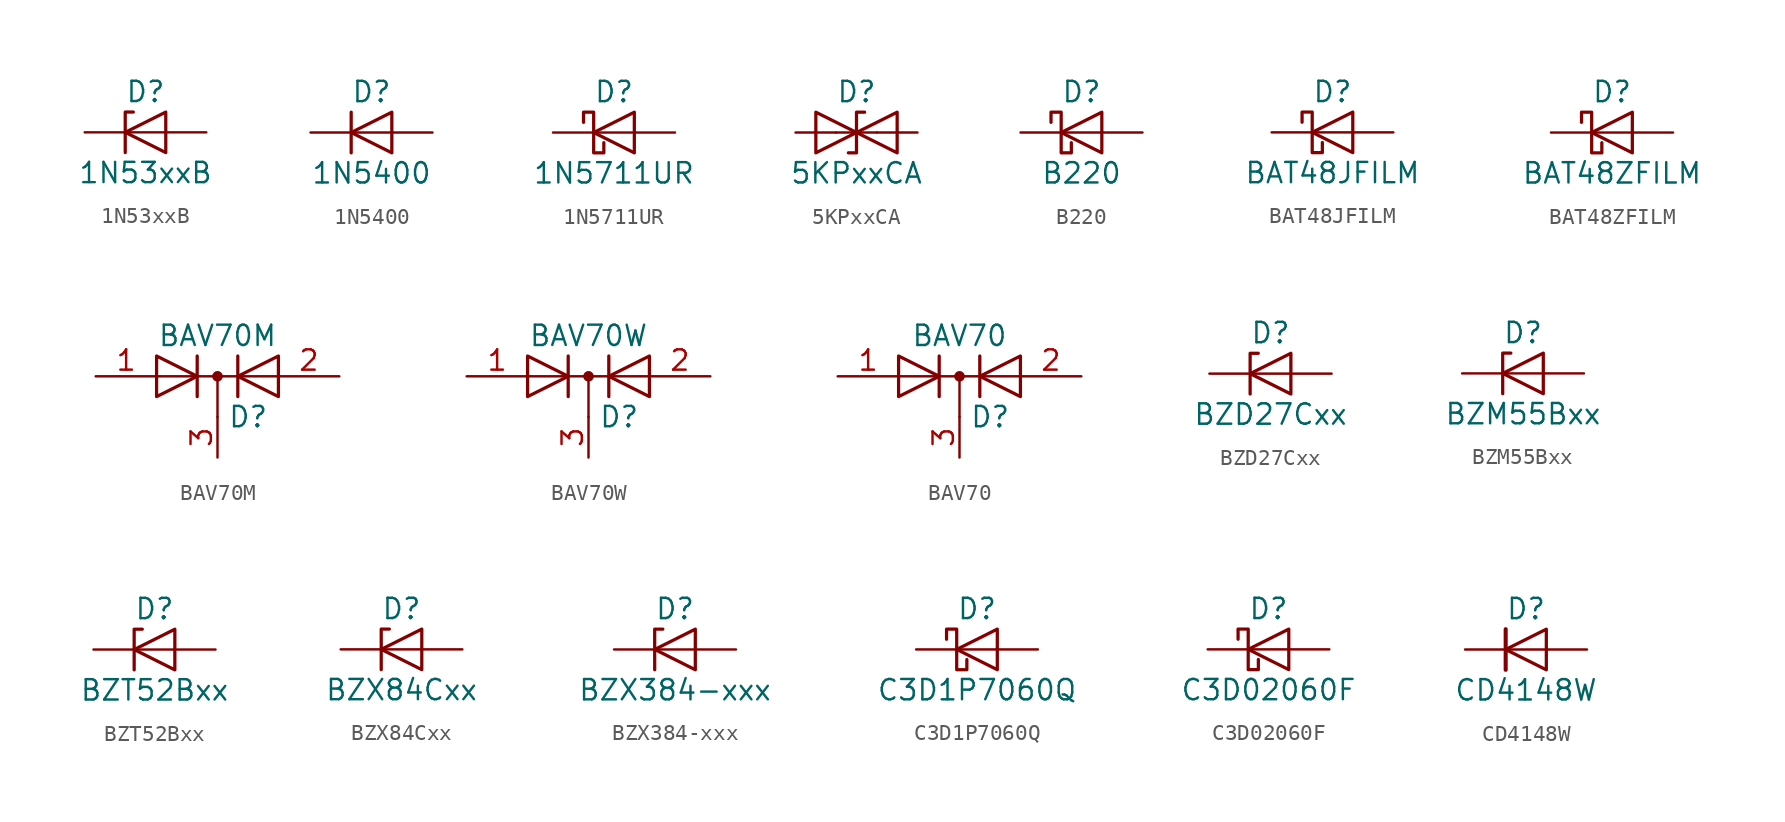
<source format=kicad_sym>
(kicad_symbol_lib
  (version 20211014)
  (generator kicad_symbol_editor)
  (symbol "1N53xxB"
    (pin_numbers hide)
    (pin_names
      (offset 1.016) hide)
    (property "Reference" "D"
      (at 0 2.54 0)
      (effects (font (size 1.27 1.27))))
    (property "Value" "1N53xxB"
      (at 0 -2.54 0)
      (effects (font (size 1.27 1.27))))
    (symbol "1N53xxB_0_1"
      (polyline (pts (xy 1.27 0) (xy -1.27 0)) (stroke (width 0) (type default) (color 0 0 0 0)) (fill (type none)))
      (polyline (pts (xy -1.27 -1.27) (xy -1.27 1.27) (xy -0.762 1.27)) (stroke (width 0.203) (type default) (color 0 0 0 0)) (fill (type none)))
      (polyline (pts (xy 1.27 -1.27) (xy 1.27 1.27) (xy -1.27 0) (xy 1.27 -1.27)) (stroke (width 0.203) (type default) (color 0 0 0 0)) (fill (type none))))
    (symbol "1N53xxB_1_1"
      (pin passive line (at -3.81 0 0) (length 2.54) (name "K" (effects (font (size 1.27 1.27)))) (number "1" (effects (font (size 1.27 1.27)))))
      (pin passive line (at 3.81 0 180) (length 2.54) (name "A" (effects (font (size 1.27 1.27)))) (number "2" (effects (font (size 1.27 1.27)))))))
  (symbol "1N5400"
    (pin_numbers hide)
    (pin_names
      (offset 1.016) hide)
    (property "Reference" "D"
      (at 0 2.54 0)
      (effects (font (size 1.27 1.27))))
    (property "Value" "1N5400"
      (at 0 -2.54 0)
      (effects (font (size 1.27 1.27))))
    (symbol "1N5400_0_1"
      (polyline (pts (xy -1.27 1.27) (xy -1.27 -1.27)) (stroke (width 0.203) (type default) (color 0 0 0 0)) (fill (type none)))
      (polyline (pts (xy 1.27 0) (xy -1.27 0)) (stroke (width 0) (type default) (color 0 0 0 0)) (fill (type none)))
      (polyline (pts (xy 1.27 1.27) (xy 1.27 -1.27) (xy -1.27 0) (xy 1.27 1.27)) (stroke (width 0.203) (type default) (color 0 0 0 0)) (fill (type none))))
    (symbol "1N5400_1_1"
      (pin passive line (at -3.81 0 0) (length 2.54) (name "K" (effects (font (size 1.27 1.27)))) (number "1" (effects (font (size 1.27 1.27)))))
      (pin passive line (at 3.81 0 180) (length 2.54) (name "A" (effects (font (size 1.27 1.27)))) (number "2" (effects (font (size 1.27 1.27)))))))
  (symbol "1N5711UR"
    (pin_numbers hide)
    (pin_names
      (offset 1.016) hide)
    (property "Reference" "D"
      (at 0 2.54 0)
      (effects (font (size 1.27 1.27))))
    (property "Value" "1N5711UR"
      (at 0 -2.54 0)
      (effects (font (size 1.27 1.27))))
    (symbol "1N5711UR_0_1"
      (polyline (pts (xy 1.27 0) (xy -1.27 0)) (stroke (width 0) (type default) (color 0 0 0 0)) (fill (type none)))
      (polyline (pts (xy 1.27 1.27) (xy 1.27 -1.27) (xy -1.27 0) (xy 1.27 1.27)) (stroke (width 0.203) (type default) (color 0 0 0 0)) (fill (type none)))
      (polyline (pts (xy -1.905 0.635) (xy -1.905 1.27) (xy -1.27 1.27) (xy -1.27 -1.27) (xy -0.635 -1.27) (xy -0.635 -0.635)) (stroke (width 0.203) (type default) (color 0 0 0 0)) (fill (type none))))
    (symbol "1N5711UR_1_1"
      (pin passive line (at -3.81 0 0) (length 2.54) (name "K" (effects (font (size 1.27 1.27)))) (number "1" (effects (font (size 1.27 1.27)))))
      (pin passive line (at 3.81 0 180) (length 2.54) (name "A" (effects (font (size 1.27 1.27)))) (number "2" (effects (font (size 1.27 1.27)))))))
  (symbol "5KPxxCA"
    (pin_numbers hide)
    (pin_names
      (offset 1.016) hide)
    (property "Reference" "D"
      (at 0 2.54 0)
      (effects (font (size 1.27 1.27))))
    (property "Value" "5KPxxCA"
      (at 0 -2.54 0)
      (effects (font (size 1.27 1.27))))
    (symbol "5KPxxCA_0_1"
      (polyline (pts (xy 1.27 0) (xy -1.27 0)) (stroke (width 0) (type default) (color 0 0 0 0)) (fill (type none)))
      (polyline (pts (xy -2.54 -1.27) (xy 0 0) (xy -2.54 1.27) (xy -2.54 -1.27)) (stroke (width 0.203) (type default) (color 0 0 0 0)) (fill (type none)))
      (polyline (pts (xy 0.508 1.27) (xy 0 1.27) (xy 0 -1.27) (xy -0.508 -1.27)) (stroke (width 0.203) (type default) (color 0 0 0 0)) (fill (type none)))
      (polyline (pts (xy 2.54 1.27) (xy 2.54 -1.27) (xy 0 0) (xy 2.54 1.27)) (stroke (width 0.203) (type default) (color 0 0 0 0)) (fill (type none))))
    (symbol "5KPxxCA_1_1"
      (pin passive line (at -3.81 0 0) (length 2.54) (name "A1" (effects (font (size 1.27 1.27)))) (number "1" (effects (font (size 1.27 1.27)))))
      (pin passive line (at 3.81 0 180) (length 2.54) (name "A2" (effects (font (size 1.27 1.27)))) (number "2" (effects (font (size 1.27 1.27)))))))
  (symbol "B220"
    (pin_numbers hide)
    (pin_names
      (offset 1.016) hide)
    (property "Reference" "D"
      (at 0 2.54 0)
      (effects (font (size 1.27 1.27))))
    (property "Value" "B220"
      (at 0 -2.54 0)
      (effects (font (size 1.27 1.27))))
    (symbol "B220_0_1"
      (polyline (pts (xy 1.27 0) (xy -1.27 0)) (stroke (width 0) (type default) (color 0 0 0 0)) (fill (type none)))
      (polyline (pts (xy 1.27 1.27) (xy 1.27 -1.27) (xy -1.27 0) (xy 1.27 1.27)) (stroke (width 0.203) (type default) (color 0 0 0 0)) (fill (type none)))
      (polyline (pts (xy -1.905 0.635) (xy -1.905 1.27) (xy -1.27 1.27) (xy -1.27 -1.27) (xy -0.635 -1.27) (xy -0.635 -0.635)) (stroke (width 0.203) (type default) (color 0 0 0 0)) (fill (type none))))
    (symbol "B220_1_1"
      (pin passive line (at -3.81 0 0) (length 2.54) (name "K" (effects (font (size 1.27 1.27)))) (number "1" (effects (font (size 1.27 1.27)))))
      (pin passive line (at 3.81 0 180) (length 2.54) (name "A" (effects (font (size 1.27 1.27)))) (number "2" (effects (font (size 1.27 1.27)))))))
  (symbol "BAT48JFILM"
    (pin_numbers hide)
    (pin_names
      (offset 1.016) hide)
    (property "Reference" "D"
      (at 0 2.54 0)
      (effects (font (size 1.27 1.27))))
    (property "Value" "BAT48JFILM"
      (at 0 -2.54 0)
      (effects (font (size 1.27 1.27))))
    (symbol "BAT48JFILM_0_1"
      (polyline (pts (xy 1.27 0) (xy -1.27 0)) (stroke (width 0) (type default) (color 0 0 0 0)) (fill (type none)))
      (polyline (pts (xy 1.27 1.27) (xy 1.27 -1.27) (xy -1.27 0) (xy 1.27 1.27)) (stroke (width 0.203) (type default) (color 0 0 0 0)) (fill (type none)))
      (polyline (pts (xy -1.905 0.635) (xy -1.905 1.27) (xy -1.27 1.27) (xy -1.27 -1.27) (xy -0.635 -1.27) (xy -0.635 -0.635)) (stroke (width 0.203) (type default) (color 0 0 0 0)) (fill (type none))))
    (symbol "BAT48JFILM_1_1"
      (pin passive line (at -3.81 0 0) (length 2.54) (name "K" (effects (font (size 1.27 1.27)))) (number "1" (effects (font (size 1.27 1.27)))))
      (pin passive line (at 3.81 0 180) (length 2.54) (name "A" (effects (font (size 1.27 1.27)))) (number "2" (effects (font (size 1.27 1.27)))))))
  (symbol "BAT48ZFILM"
    (pin_numbers hide)
    (pin_names
      (offset 1.016) hide)
    (property "Reference" "D"
      (at 0 2.54 0)
      (effects (font (size 1.27 1.27))))
    (property "Value" "BAT48ZFILM"
      (at 0 -2.54 0)
      (effects (font (size 1.27 1.27))))
    (symbol "BAT48ZFILM_0_1"
      (polyline (pts (xy 1.27 0) (xy -1.27 0)) (stroke (width 0) (type default) (color 0 0 0 0)) (fill (type none)))
      (polyline (pts (xy 1.27 1.27) (xy 1.27 -1.27) (xy -1.27 0) (xy 1.27 1.27)) (stroke (width 0.203) (type default) (color 0 0 0 0)) (fill (type none)))
      (polyline (pts (xy -1.905 0.635) (xy -1.905 1.27) (xy -1.27 1.27) (xy -1.27 -1.27) (xy -0.635 -1.27) (xy -0.635 -0.635)) (stroke (width 0.203) (type default) (color 0 0 0 0)) (fill (type none))))
    (symbol "BAT48ZFILM_1_1"
      (pin passive line (at -3.81 0 0) (length 2.54) (name "K" (effects (font (size 1.27 1.27)))) (number "1" (effects (font (size 1.27 1.27)))))
      (pin passive line (at 3.81 0 180) (length 2.54) (name "A" (effects (font (size 1.27 1.27)))) (number "2" (effects (font (size 1.27 1.27)))))))
  (symbol "BAV70M"
    (pin_names
      (offset 0.762) hide)
    (property "Reference" "D"
      (at 0.635 -2.54 0)
      (effects (font (size 1.27 1.27)) (justify left)))
    (property "Value" "BAV70M"
      (at 0 2.54 0)
      (effects (font (size 1.27 1.27))))
    (symbol "BAV70M_0_1"
      (polyline (pts (xy -3.81 0) (xy 3.81 0)) (stroke (width 0) (type default) (color 0 0 0 0)) (fill (type none)))
      (polyline (pts (xy 0 0) (xy 0 -2.54)) (stroke (width 0) (type default) (color 0 0 0 0)) (fill (type none)))
      (polyline (pts (xy -1.27 -1.27) (xy -1.27 1.27) (xy -1.27 1.27)) (stroke (width 0.203) (type default) (color 0 0 0 0)) (fill (type none)))
      (polyline (pts (xy 1.27 -1.27) (xy 1.27 1.27) (xy 1.27 1.27)) (stroke (width 0.203) (type default) (color 0 0 0 0)) (fill (type none)))
      (polyline (pts (xy -3.81 1.27) (xy -1.27 0) (xy -3.81 -1.27) (xy -3.81 1.27) (xy -3.81 1.27) (xy -3.81 1.27)) (stroke (width 0.203) (type default) (color 0 0 0 0)) (fill (type none)))
      (polyline (pts (xy 3.81 -1.27) (xy 1.27 0) (xy 3.81 1.27) (xy 3.81 -1.27) (xy 3.81 -1.27) (xy 3.81 -1.27)) (stroke (width 0.203) (type default) (color 0 0 0 0)) (fill (type none)))
      (circle (center 0 0) (radius 0.254) (stroke (width 0) (type default) (color 0 0 0 0)) (fill (type outline)))
      (pin passive line (at -7.62 0 0) (length 3.81) (name "A" (effects (font (size 1.27 1.27)))) (number "1" (effects (font (size 1.27 1.27)))))
      (pin passive line (at 7.62 0 180) (length 3.81) (name "A" (effects (font (size 1.27 1.27)))) (number "2" (effects (font (size 1.27 1.27)))))
      (pin passive line (at 0 -5.08 90) (length 2.54) (name "K" (effects (font (size 1.27 1.27)))) (number "3" (effects (font (size 1.27 1.27)))))))
  (symbol "BAV70W"
    (pin_names
      (offset 0.762) hide)
    (property "Reference" "D"
      (at 0.635 -2.54 0)
      (effects (font (size 1.27 1.27)) (justify left)))
    (property "Value" "BAV70W"
      (at 0 2.54 0)
      (effects (font (size 1.27 1.27))))
    (symbol "BAV70W_0_1"
      (polyline (pts (xy -3.81 0) (xy 3.81 0)) (stroke (width 0) (type default) (color 0 0 0 0)) (fill (type none)))
      (polyline (pts (xy 0 0) (xy 0 -2.54)) (stroke (width 0) (type default) (color 0 0 0 0)) (fill (type none)))
      (polyline (pts (xy -1.27 -1.27) (xy -1.27 1.27) (xy -1.27 1.27)) (stroke (width 0.203) (type default) (color 0 0 0 0)) (fill (type none)))
      (polyline (pts (xy 1.27 -1.27) (xy 1.27 1.27) (xy 1.27 1.27)) (stroke (width 0.203) (type default) (color 0 0 0 0)) (fill (type none)))
      (polyline (pts (xy -3.81 1.27) (xy -1.27 0) (xy -3.81 -1.27) (xy -3.81 1.27) (xy -3.81 1.27) (xy -3.81 1.27)) (stroke (width 0.203) (type default) (color 0 0 0 0)) (fill (type none)))
      (polyline (pts (xy 3.81 -1.27) (xy 1.27 0) (xy 3.81 1.27) (xy 3.81 -1.27) (xy 3.81 -1.27) (xy 3.81 -1.27)) (stroke (width 0.203) (type default) (color 0 0 0 0)) (fill (type none)))
      (circle (center 0 0) (radius 0.254) (stroke (width 0) (type default) (color 0 0 0 0)) (fill (type outline)))
      (pin passive line (at -7.62 0 0) (length 3.81) (name "A" (effects (font (size 1.27 1.27)))) (number "1" (effects (font (size 1.27 1.27)))))
      (pin passive line (at 7.62 0 180) (length 3.81) (name "A" (effects (font (size 1.27 1.27)))) (number "2" (effects (font (size 1.27 1.27)))))
      (pin passive line (at 0 -5.08 90) (length 2.54) (name "K" (effects (font (size 1.27 1.27)))) (number "3" (effects (font (size 1.27 1.27)))))))
  (symbol "BAV70"
    (pin_names
      (offset 0.762) hide)
    (property "Reference" "D"
      (at 0.635 -2.54 0)
      (effects (font (size 1.27 1.27)) (justify left)))
    (property "Value" "BAV70"
      (at 0 2.54 0)
      (effects (font (size 1.27 1.27))))
    (symbol "BAV70_0_1"
      (polyline (pts (xy -3.81 0) (xy 3.81 0)) (stroke (width 0) (type default) (color 0 0 0 0)) (fill (type none)))
      (polyline (pts (xy 0 0) (xy 0 -2.54)) (stroke (width 0) (type default) (color 0 0 0 0)) (fill (type none)))
      (polyline (pts (xy -1.27 -1.27) (xy -1.27 1.27) (xy -1.27 1.27)) (stroke (width 0.203) (type default) (color 0 0 0 0)) (fill (type none)))
      (polyline (pts (xy 1.27 -1.27) (xy 1.27 1.27) (xy 1.27 1.27)) (stroke (width 0.203) (type default) (color 0 0 0 0)) (fill (type none)))
      (polyline (pts (xy -3.81 1.27) (xy -1.27 0) (xy -3.81 -1.27) (xy -3.81 1.27) (xy -3.81 1.27) (xy -3.81 1.27)) (stroke (width 0.203) (type default) (color 0 0 0 0)) (fill (type none)))
      (polyline (pts (xy 3.81 -1.27) (xy 1.27 0) (xy 3.81 1.27) (xy 3.81 -1.27) (xy 3.81 -1.27) (xy 3.81 -1.27)) (stroke (width 0.203) (type default) (color 0 0 0 0)) (fill (type none)))
      (circle (center 0 0) (radius 0.254) (stroke (width 0) (type default) (color 0 0 0 0)) (fill (type outline)))
      (pin passive line (at -7.62 0 0) (length 3.81) (name "A" (effects (font (size 1.27 1.27)))) (number "1" (effects (font (size 1.27 1.27)))))
      (pin passive line (at 7.62 0 180) (length 3.81) (name "A" (effects (font (size 1.27 1.27)))) (number "2" (effects (font (size 1.27 1.27)))))
      (pin passive line (at 0 -5.08 90) (length 2.54) (name "K" (effects (font (size 1.27 1.27)))) (number "3" (effects (font (size 1.27 1.27)))))))
  (symbol "BZD27Cxx"
    (pin_numbers hide)
    (pin_names hide)
    (property "Reference" "D"
      (at 0 2.54 0)
      (effects (font (size 1.27 1.27))))
    (property "Value" "BZD27Cxx"
      (at 0 -2.54 0)
      (effects (font (size 1.27 1.27))))
    (symbol "BZD27Cxx_0_1"
      (polyline (pts (xy 1.27 0) (xy -1.27 0)) (stroke (width 0) (type default) (color 0 0 0 0)) (fill (type none)))
      (polyline (pts (xy -1.27 -1.27) (xy -1.27 1.27) (xy -0.762 1.27)) (stroke (width 0.203) (type default) (color 0 0 0 0)) (fill (type none)))
      (polyline (pts (xy 1.27 -1.27) (xy 1.27 1.27) (xy -1.27 0) (xy 1.27 -1.27)) (stroke (width 0.203) (type default) (color 0 0 0 0)) (fill (type none))))
    (symbol "BZD27Cxx_1_1"
      (pin passive line (at -3.81 0 0) (length 2.54) (name "K" (effects (font (size 1.27 1.27)))) (number "1" (effects (font (size 1.27 1.27)))))
      (pin passive line (at 3.81 0 180) (length 2.54) (name "A" (effects (font (size 1.27 1.27)))) (number "2" (effects (font (size 1.27 1.27)))))))
  (symbol "BZM55Bxx"
    (pin_numbers hide)
    (pin_names hide)
    (property "Reference" "D"
      (at 0 2.54 0)
      (effects (font (size 1.27 1.27))))
    (property "Value" "BZM55Bxx"
      (at 0 -2.54 0)
      (effects (font (size 1.27 1.27))))
    (symbol "BZM55Bxx_0_1"
      (polyline (pts (xy 1.27 0) (xy -1.27 0)) (stroke (width 0) (type default) (color 0 0 0 0)) (fill (type none)))
      (polyline (pts (xy -1.27 -1.27) (xy -1.27 1.27) (xy -0.762 1.27)) (stroke (width 0.203) (type default) (color 0 0 0 0)) (fill (type none)))
      (polyline (pts (xy 1.27 -1.27) (xy 1.27 1.27) (xy -1.27 0) (xy 1.27 -1.27)) (stroke (width 0.203) (type default) (color 0 0 0 0)) (fill (type none))))
    (symbol "BZM55Bxx_1_1"
      (pin passive line (at -3.81 0 0) (length 2.54) (name "K" (effects (font (size 1.27 1.27)))) (number "1" (effects (font (size 1.27 1.27)))))
      (pin passive line (at 3.81 0 180) (length 2.54) (name "A" (effects (font (size 1.27 1.27)))) (number "2" (effects (font (size 1.27 1.27)))))))
  (symbol "BZT52Bxx"
    (pin_numbers hide)
    (pin_names
      (offset 1.016) hide)
    (property "Reference" "D"
      (at 0 2.54 0)
      (effects (font (size 1.27 1.27))))
    (property "Value" "BZT52Bxx"
      (at 0 -2.54 0)
      (effects (font (size 1.27 1.27))))
    (symbol "BZT52Bxx_0_1"
      (polyline (pts (xy 1.27 0) (xy -1.27 0)) (stroke (width 0) (type default) (color 0 0 0 0)) (fill (type none)))
      (polyline (pts (xy -1.27 -1.27) (xy -1.27 1.27) (xy -0.762 1.27)) (stroke (width 0.203) (type default) (color 0 0 0 0)) (fill (type none)))
      (polyline (pts (xy 1.27 -1.27) (xy 1.27 1.27) (xy -1.27 0) (xy 1.27 -1.27)) (stroke (width 0.203) (type default) (color 0 0 0 0)) (fill (type none))))
    (symbol "BZT52Bxx_1_1"
      (pin passive line (at -3.81 0 0) (length 2.54) (name "K" (effects (font (size 1.27 1.27)))) (number "1" (effects (font (size 1.27 1.27)))))
      (pin passive line (at 3.81 0 180) (length 2.54) (name "A" (effects (font (size 1.27 1.27)))) (number "2" (effects (font (size 1.27 1.27)))))))
  (symbol "BZX84Cxx"
    (pin_numbers hide)
    (pin_names
      (offset 1.016) hide)
    (property "Reference" "D"
      (at 0 2.54 0)
      (effects (font (size 1.27 1.27))))
    (property "Value" "BZX84Cxx"
      (at 0 -2.54 0)
      (effects (font (size 1.27 1.27))))
    (symbol "BZX84Cxx_0_1"
      (polyline (pts (xy 1.27 0) (xy -1.27 0)) (stroke (width 0) (type default) (color 0 0 0 0)) (fill (type none)))
      (polyline (pts (xy -1.27 -1.27) (xy -1.27 1.27) (xy -0.762 1.27)) (stroke (width 0.203) (type default) (color 0 0 0 0)) (fill (type none)))
      (polyline (pts (xy 1.27 -1.27) (xy 1.27 1.27) (xy -1.27 0) (xy 1.27 -1.27)) (stroke (width 0.203) (type default) (color 0 0 0 0)) (fill (type none))))
    (symbol "BZX84Cxx_1_1"
      (pin passive line (at -3.81 0 0) (length 2.54) (name "K" (effects (font (size 1.27 1.27)))) (number "1" (effects (font (size 1.27 1.27)))))
      (pin passive line (at 3.81 0 180) (length 2.54) (name "A" (effects (font (size 1.27 1.27)))) (number "2" (effects (font (size 1.27 1.27)))))))
  (symbol "BZX384-xxx"
    (pin_numbers hide)
    (pin_names hide)
    (property "Reference" "D"
      (at 0 2.54 0)
      (effects (font (size 1.27 1.27))))
    (property "Value" "BZX384-xxx"
      (at 0 -2.54 0)
      (effects (font (size 1.27 1.27))))
    (symbol "BZX384-xxx_0_1"
      (polyline (pts (xy 1.27 0) (xy -1.27 0)) (stroke (width 0) (type default) (color 0 0 0 0)) (fill (type none)))
      (polyline (pts (xy -1.27 -1.27) (xy -1.27 1.27) (xy -0.762 1.27)) (stroke (width 0.203) (type default) (color 0 0 0 0)) (fill (type none)))
      (polyline (pts (xy 1.27 -1.27) (xy 1.27 1.27) (xy -1.27 0) (xy 1.27 -1.27)) (stroke (width 0.203) (type default) (color 0 0 0 0)) (fill (type none))))
    (symbol "BZX384-xxx_1_1"
      (pin passive line (at -3.81 0 0) (length 2.54) (name "K" (effects (font (size 1.27 1.27)))) (number "1" (effects (font (size 1.27 1.27)))))
      (pin passive line (at 3.81 0 180) (length 2.54) (name "A" (effects (font (size 1.27 1.27)))) (number "2" (effects (font (size 1.27 1.27)))))))
  (symbol "C3D1P7060Q"
    (pin_numbers hide)
    (pin_names
      (offset 1.016) hide)
    (property "Reference" "D"
      (at 0 2.54 0)
      (effects (font (size 1.27 1.27))))
    (property "Value" "C3D1P7060Q"
      (at 0 -2.54 0)
      (effects (font (size 1.27 1.27))))
    (symbol "C3D1P7060Q_0_1"
      (polyline (pts (xy 1.27 0) (xy -1.27 0)) (stroke (width 0) (type default) (color 0 0 0 0)) (fill (type none)))
      (polyline (pts (xy 1.27 1.27) (xy 1.27 -1.27) (xy -1.27 0) (xy 1.27 1.27)) (stroke (width 0.203) (type default) (color 0 0 0 0)) (fill (type none)))
      (polyline (pts (xy -1.905 0.635) (xy -1.905 1.27) (xy -1.27 1.27) (xy -1.27 -1.27) (xy -0.635 -1.27) (xy -0.635 -0.635)) (stroke (width 0.203) (type default) (color 0 0 0 0)) (fill (type none))))
    (symbol "C3D1P7060Q_1_1"
      (pin passive line (at -3.81 0 0) (length 2.54) (name "K" (effects (font (size 1.27 1.27)))) (number "1" (effects (font (size 1.27 1.27)))))
      (pin passive line (at 3.81 0 180) (length 2.54) (name "A" (effects (font (size 1.27 1.27)))) (number "2" (effects (font (size 1.27 1.27)))))))
  (symbol "C3D02060F"
    (pin_numbers hide)
    (pin_names
      (offset 1.016) hide)
    (property "Reference" "D"
      (at 0 2.54 0)
      (effects (font (size 1.27 1.27))))
    (property "Value" "C3D02060F"
      (at 0 -2.54 0)
      (effects (font (size 1.27 1.27))))
    (symbol "C3D02060F_0_1"
      (polyline (pts (xy 1.27 0) (xy -1.27 0)) (stroke (width 0) (type default) (color 0 0 0 0)) (fill (type none)))
      (polyline (pts (xy 1.27 1.27) (xy 1.27 -1.27) (xy -1.27 0) (xy 1.27 1.27)) (stroke (width 0.203) (type default) (color 0 0 0 0)) (fill (type none)))
      (polyline (pts (xy -1.905 0.635) (xy -1.905 1.27) (xy -1.27 1.27) (xy -1.27 -1.27) (xy -0.635 -1.27) (xy -0.635 -0.635)) (stroke (width 0.203) (type default) (color 0 0 0 0)) (fill (type none))))
    (symbol "C3D02060F_1_1"
      (pin passive line (at -3.81 0 0) (length 2.54) (name "K" (effects (font (size 1.27 1.27)))) (number "1" (effects (font (size 1.27 1.27)))))
      (pin passive line (at 3.81 0 180) (length 2.54) (name "A" (effects (font (size 1.27 1.27)))) (number "2" (effects (font (size 1.27 1.27)))))))
  (symbol "CD4148W"
    (pin_numbers hide)
    (pin_names
      (offset 1.016) hide)
    (property "Reference" "D"
      (at 0 2.54 0)
      (effects (font (size 1.27 1.27))))
    (property "Value" "CD4148W"
      (at 0 -2.54 0)
      (effects (font (size 1.27 1.27))))
    (symbol "CD4148W_0_1"
      (polyline (pts (xy -1.27 1.27) (xy -1.27 -1.27)) (stroke (width 0.254) (type default) (color 0 0 0 0)) (fill (type none)))
      (polyline (pts (xy 1.27 0) (xy -1.27 0)) (stroke (width 0) (type default) (color 0 0 0 0)) (fill (type none)))
      (polyline (pts (xy 1.27 1.27) (xy 1.27 -1.27) (xy -1.27 0) (xy 1.27 1.27)) (stroke (width 0.203) (type default) (color 0 0 0 0)) (fill (type none))))
    (symbol "CD4148W_1_1"
      (pin passive line (at -3.81 0 0) (length 2.54) (name "K" (effects (font (size 1.27 1.27)))) (number "1" (effects (font (size 1.27 1.27)))))
      (pin passive line (at 3.81 0 180) (length 2.54) (name "A" (effects (font (size 1.27 1.27)))) (number "2" (effects (font (size 1.27 1.27))))))))
</source>
